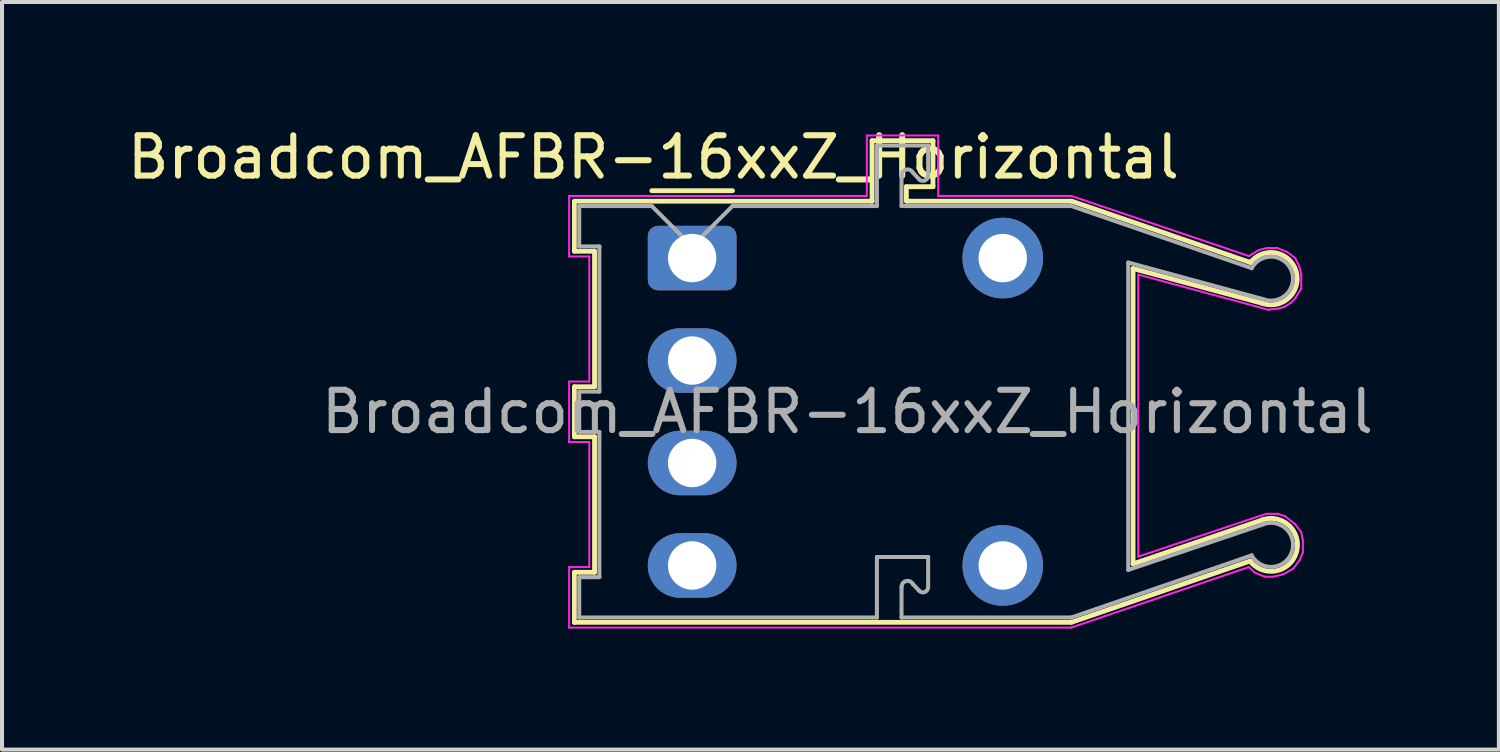
<source format=kicad_pcb>
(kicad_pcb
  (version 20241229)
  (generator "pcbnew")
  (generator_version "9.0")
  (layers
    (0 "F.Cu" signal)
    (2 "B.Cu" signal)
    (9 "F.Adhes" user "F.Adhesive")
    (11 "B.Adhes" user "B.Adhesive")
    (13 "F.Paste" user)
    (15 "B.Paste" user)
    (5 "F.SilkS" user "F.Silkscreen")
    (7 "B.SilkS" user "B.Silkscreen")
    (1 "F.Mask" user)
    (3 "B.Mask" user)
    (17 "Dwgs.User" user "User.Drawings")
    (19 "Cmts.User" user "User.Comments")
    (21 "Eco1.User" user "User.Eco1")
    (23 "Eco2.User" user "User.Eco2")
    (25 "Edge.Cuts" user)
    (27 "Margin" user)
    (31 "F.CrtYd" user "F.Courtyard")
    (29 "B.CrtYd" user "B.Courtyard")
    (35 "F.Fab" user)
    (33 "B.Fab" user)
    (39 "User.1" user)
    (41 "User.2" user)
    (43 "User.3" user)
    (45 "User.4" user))
  (footprint "Broadcom_AFBR-16xxZ_Horizontal"
    (layer "F.Cu")
    (at 14.109 3.348)
    (property "Reference" "Broadcom_AFBR-16xxZ_Horizontal" (at -0.96 -2.5 0) (layer "F.SilkS") (effects (font (size 1 1) (thickness 0.15))))
    (attr through_hole)
    (fp_line (start -2.92 -1.41) (end 4.46 -1.41) (stroke (width 0.12) (type solid)) (layer "F.SilkS"))
    (fp_line (start -2.92 -1.397) (end -2.92 -0.17) (stroke (width 0.12) (type solid)) (layer "F.SilkS"))
    (fp_line (start -2.92 -0.17) (end -2.42 -0.17) (stroke (width 0.12) (type solid)) (layer "F.SilkS"))
    (fp_line (start -2.92 3.19) (end -2.92 4.43) (stroke (width 0.12) (type solid)) (layer "F.SilkS"))
    (fp_line (start -2.92 4.43) (end -2.42 4.43) (stroke (width 0.12) (type solid)) (layer "F.SilkS"))
    (fp_line (start -2.92 7.79) (end -2.92 9.03) (stroke (width 0.12) (type solid)) (layer "F.SilkS"))
    (fp_line (start -2.92 9.03) (end 9.4 9.03) (stroke (width 0.12) (type solid)) (layer "F.SilkS"))
    (fp_line (start -2.42 -0.17) (end -2.42 3.19) (stroke (width 0.12) (type solid)) (layer "F.SilkS"))
    (fp_line (start -2.42 3.19) (end -2.92 3.19) (stroke (width 0.12) (type solid)) (layer "F.SilkS"))
    (fp_line (start -2.42 4.43) (end -2.42 7.79) (stroke (width 0.12) (type solid)) (layer "F.SilkS"))
    (fp_line (start -2.42 7.79) (end -2.92 7.79) (stroke (width 0.12) (type solid)) (layer "F.SilkS"))
    (fp_line (start -1 -1.67) (end 1 -1.67) (stroke (width 0.12) (type solid)) (layer "F.SilkS"))
    (fp_line (start 4.46 -2.91) (end 4.46 -1.41) (stroke (width 0.12) (type solid)) (layer "F.SilkS"))
    (fp_line (start 5.31 -1.77) (end 5.97 -1.77) (stroke (width 0.12) (type solid)) (layer "F.SilkS"))
    (fp_line (start 5.31 -1.41) (end 5.31 -1.77) (stroke (width 0.12) (type solid)) (layer "F.SilkS"))
    (fp_line (start 5.97 -2.91) (end 4.46 -2.91) (stroke (width 0.12) (type solid)) (layer "F.SilkS"))
    (fp_line (start 5.97 -1.77) (end 5.97 -2.91) (stroke (width 0.12) (type solid)) (layer "F.SilkS"))
    (fp_line (start 9.4 -1.41) (end 5.33 -1.41) (stroke (width 0.12) (type solid)) (layer "F.SilkS"))
    (fp_line (start 9.4 9.03) (end 13.83 7.51) (stroke (width 0.12) (type solid)) (layer "F.SilkS"))
    (fp_line (start 10.93 0.26) (end 14.13 1.12) (stroke (width 0.12) (type solid)) (layer "F.SilkS"))
    (fp_line (start 10.93 7.58) (end 10.93 0.26) (stroke (width 0.12) (type solid)) (layer "F.SilkS"))
    (fp_line (start 13.84 0.11) (end 9.41 -1.41) (stroke (width 0.12) (type solid)) (layer "F.SilkS"))
    (fp_line (start 14.14 6.49) (end 10.93 7.58) (stroke (width 0.12) (type solid)) (layer "F.SilkS"))
    (fp_arc (start 13.839757 0.10981) (mid 14.973245 0.330932) (end 14.13 1.12) (stroke (width 0.12) (type solid)) (layer "F.SilkS"))
    (fp_arc (start 14.131216 6.491507) (mid 14.979112 7.296058) (end 13.83 7.51) (stroke (width 0.12) (type solid)) (layer "F.SilkS"))
    (fp_line (start -3.05 -1.54) (end 4.33 -1.54) (stroke (width 0.05) (type solid)) (layer "F.CrtYd"))
    (fp_line (start -3.05 -0.04) (end -3.05 -1.54) (stroke (width 0.05) (type solid)) (layer "F.CrtYd"))
    (fp_line (start -3.05 3.06) (end -2.55 3.06) (stroke (width 0.05) (type solid)) (layer "F.CrtYd"))
    (fp_line (start -3.05 4.56) (end -3.05 3.06) (stroke (width 0.05) (type solid)) (layer "F.CrtYd"))
    (fp_line (start -3.05 7.66) (end -2.55 7.66) (stroke (width 0.05) (type solid)) (layer "F.CrtYd"))
    (fp_line (start -3.05 9.16) (end -3.05 7.66) (stroke (width 0.05) (type solid)) (layer "F.CrtYd"))
    (fp_line (start -2.55 -0.04) (end -3.05 -0.04) (stroke (width 0.05) (type solid)) (layer "F.CrtYd"))
    (fp_line (start -2.55 3.06) (end -2.55 -0.04) (stroke (width 0.05) (type solid)) (layer "F.CrtYd"))
    (fp_line (start -2.55 4.56) (end -3.05 4.56) (stroke (width 0.05) (type solid)) (layer "F.CrtYd"))
    (fp_line (start -2.55 7.66) (end -2.55 4.56) (stroke (width 0.05) (type solid)) (layer "F.CrtYd"))
    (fp_line (start 4.33 -3.04) (end 6.1 -3.04) (stroke (width 0.05) (type solid)) (layer "F.CrtYd"))
    (fp_line (start 4.33 -1.54) (end 4.33 -3.04) (stroke (width 0.05) (type solid)) (layer "F.CrtYd"))
    (fp_line (start 6.1 -3.04) (end 6.1 -1.54) (stroke (width 0.05) (type solid)) (layer "F.CrtYd"))
    (fp_line (start 6.1 -1.54) (end 9.4 -1.54) (stroke (width 0.05) (type solid)) (layer "F.CrtYd"))
    (fp_line (start 9.4 -1.54) (end 13.8 -0.05) (stroke (width 0.05) (type solid)) (layer "F.CrtYd"))
    (fp_line (start 9.4 9.16) (end -3.05 9.16) (stroke (width 0.05) (type solid)) (layer "F.CrtYd"))
    (fp_line (start 11.06 0.41) (end 11.06 7.4) (stroke (width 0.05) (type solid)) (layer "F.CrtYd"))
    (fp_line (start 11.06 7.4) (end 13.99 6.42) (stroke (width 0.05) (type solid)) (layer "F.CrtYd"))
    (fp_line (start 13.8 -0.05) (end 14.05 -0.2) (stroke (width 0.05) (type solid)) (layer "F.CrtYd"))
    (fp_line (start 13.8 7.66) (end 9.4 9.16) (stroke (width 0.05) (type solid)) (layer "F.CrtYd"))
    (fp_line (start 13.95 7.8) (end 13.8 7.66) (stroke (width 0.05) (type solid)) (layer "F.CrtYd"))
    (fp_line (start 13.99 6.42) (end 14.24 6.34) (stroke (width 0.05) (type solid)) (layer "F.CrtYd"))
    (fp_line (start 14.05 -0.2) (end 14.25 -0.25) (stroke (width 0.05) (type solid)) (layer "F.CrtYd"))
    (fp_line (start 14.2 7.9) (end 13.95 7.8) (stroke (width 0.05) (type solid)) (layer "F.CrtYd"))
    (fp_line (start 14.24 6.34) (end 14.52 6.34) (stroke (width 0.05) (type solid)) (layer "F.CrtYd"))
    (fp_line (start 14.25 -0.25) (end 14.5 -0.25) (stroke (width 0.05) (type solid)) (layer "F.CrtYd"))
    (fp_line (start 14.28 1.28) (end 11.06 0.41) (stroke (width 0.05) (type solid)) (layer "F.CrtYd"))
    (fp_line (start 14.4 7.9) (end 14.2 7.9) (stroke (width 0.05) (type solid)) (layer "F.CrtYd"))
    (fp_line (start 14.5 -0.25) (end 14.75 -0.15) (stroke (width 0.05) (type solid)) (layer "F.CrtYd"))
    (fp_line (start 14.52 6.34) (end 14.7 6.4) (stroke (width 0.05) (type solid)) (layer "F.CrtYd"))
    (fp_line (start 14.55 1.25) (end 14.28 1.28) (stroke (width 0.05) (type solid)) (layer "F.CrtYd"))
    (fp_line (start 14.65 7.84) (end 14.4 7.9) (stroke (width 0.05) (type solid)) (layer "F.CrtYd"))
    (fp_line (start 14.7 1.2) (end 14.55 1.25) (stroke (width 0.05) (type solid)) (layer "F.CrtYd"))
    (fp_line (start 14.7 6.4) (end 14.95 6.6) (stroke (width 0.05) (type solid)) (layer "F.CrtYd"))
    (fp_line (start 14.75 -0.15) (end 14.95 0) (stroke (width 0.05) (type solid)) (layer "F.CrtYd"))
    (fp_line (start 14.85 1.1) (end 14.7 1.2) (stroke (width 0.05) (type solid)) (layer "F.CrtYd"))
    (fp_line (start 14.9 7.7) (end 14.65 7.84) (stroke (width 0.05) (type solid)) (layer "F.CrtYd"))
    (fp_line (start 14.95 0) (end 15.05 0.2) (stroke (width 0.05) (type solid)) (layer "F.CrtYd"))
    (fp_line (start 14.95 1) (end 14.85 1.1) (stroke (width 0.05) (type solid)) (layer "F.CrtYd"))
    (fp_line (start 14.95 6.6) (end 15.1 6.8) (stroke (width 0.05) (type solid)) (layer "F.CrtYd"))
    (fp_line (start 15.05 0.2) (end 15.1 0.4) (stroke (width 0.05) (type solid)) (layer "F.CrtYd"))
    (fp_line (start 15.05 7.5) (end 14.9 7.7) (stroke (width 0.05) (type solid)) (layer "F.CrtYd"))
    (fp_line (start 15.1 0.4) (end 15.1 0.75) (stroke (width 0.05) (type solid)) (layer "F.CrtYd"))
    (fp_line (start 15.1 0.75) (end 14.95 1) (stroke (width 0.05) (type solid)) (layer "F.CrtYd"))
    (fp_line (start 15.1 6.8) (end 15.14 7) (stroke (width 0.05) (type solid)) (layer "F.CrtYd"))
    (fp_line (start 15.14 7) (end 15.14 7.3) (stroke (width 0.05) (type solid)) (layer "F.CrtYd"))
    (fp_line (start 15.14 7.3) (end 15.05 7.5) (stroke (width 0.05) (type solid)) (layer "F.CrtYd"))
    (fp_line (start -2.8 -1.29) (end -2.8 -0.29) (stroke (width 0.1) (type solid)) (layer "F.Fab"))
    (fp_line (start -2.8 -1.29) (end -1 -1.29) (stroke (width 0.1) (type solid)) (layer "F.Fab"))
    (fp_line (start -2.8 -0.29) (end -2.3 -0.29) (stroke (width 0.1) (type solid)) (layer "F.Fab"))
    (fp_line (start -2.8 3.31) (end -2.8 4.31) (stroke (width 0.1) (type solid)) (layer "F.Fab"))
    (fp_line (start -2.8 7.91) (end -2.3 7.91) (stroke (width 0.1) (type solid)) (layer "F.Fab"))
    (fp_line (start -2.8 8.91) (end -2.8 7.91) (stroke (width 0.1) (type solid)) (layer "F.Fab"))
    (fp_line (start -2.3 3.31) (end -2.8 3.31) (stroke (width 0.1) (type solid)) (layer "F.Fab"))
    (fp_line (start -2.3 3.31) (end -2.3 -0.29) (stroke (width 0.1) (type solid)) (layer "F.Fab"))
    (fp_line (start -2.3 4.31) (end -2.8 4.31) (stroke (width 0.1) (type solid)) (layer "F.Fab"))
    (fp_line (start -2.3 7.9) (end -2.3 4.31) (stroke (width 0.1) (type solid)) (layer "F.Fab"))
    (fp_line (start -1 -1.29) (end 0 -0.29) (stroke (width 0.1) (type solid)) (layer "F.Fab"))
    (fp_line (start 0 -0.29) (end 1 -1.29) (stroke (width 0.1) (type solid)) (layer "F.Fab"))
    (fp_line (start 1 -1.29) (end 4.58 -1.29) (stroke (width 0.1) (type solid)) (layer "F.Fab"))
    (fp_line (start 4.58 -2.79) (end 5.85 -2.79) (stroke (width 0.1) (type solid)) (layer "F.Fab"))
    (fp_line (start 4.58 -1.29) (end 4.58 -2.79) (stroke (width 0.1) (type solid)) (layer "F.Fab"))
    (fp_line (start 4.58 7.41) (end 5.85 7.41) (stroke (width 0.1) (type solid)) (layer "F.Fab"))
    (fp_line (start 4.58 8.91) (end -2.8 8.91) (stroke (width 0.1) (type solid)) (layer "F.Fab"))
    (fp_line (start 4.58 8.91) (end 4.58 7.41) (stroke (width 0.1) (type solid)) (layer "F.Fab"))
    (fp_line (start 5.19 -2.05) (end 5.19 -1.29) (stroke (width 0.1) (type solid)) (layer "F.Fab"))
    (fp_line (start 5.19 -1.29) (end 9.4 -1.29) (stroke (width 0.1) (type solid)) (layer "F.Fab"))
    (fp_line (start 5.19 8.15) (end 5.19 8.91) (stroke (width 0.1) (type solid)) (layer "F.Fab"))
    (fp_line (start 5.63 -1.95) (end 5.47 -2.12) (stroke (width 0.1) (type solid)) (layer "F.Fab"))
    (fp_line (start 5.63 8.25) (end 5.47 8.08) (stroke (width 0.1) (type solid)) (layer "F.Fab"))
    (fp_line (start 5.85 -2.79) (end 5.85 -2.04) (stroke (width 0.1) (type solid)) (layer "F.Fab"))
    (fp_line (start 5.85 7.41) (end 5.85 8.16) (stroke (width 0.1) (type solid)) (layer "F.Fab"))
    (fp_line (start 9.4 -1.29) (end 13.87 0.25) (stroke (width 0.1) (type solid)) (layer "F.Fab"))
    (fp_line (start 9.4 8.91) (end 5.19 8.91) (stroke (width 0.1) (type solid)) (layer "F.Fab"))
    (fp_line (start 9.4 8.91) (end 13.87 7.37) (stroke (width 0.1) (type solid)) (layer "F.Fab"))
    (fp_line (start 10.81 0.11) (end 10.81 7.73) (stroke (width 0.1) (type solid)) (layer "F.Fab"))
    (fp_line (start 10.81 0.11) (end 14.16 1.02) (stroke (width 0.1) (type solid)) (layer "F.Fab"))
    (fp_line (start 14.16 6.6) (end 10.81 7.73) (stroke (width 0.1) (type solid)) (layer "F.Fab"))
    (fp_arc (start 5.192417 -2.045618) (mid 5.301784 -2.192617) (end 5.47 -2.12) (stroke (width 0.1) (type solid)) (layer "F.Fab"))
    (fp_arc (start 5.192417 8.154382) (mid 5.301784 8.007383) (end 5.47 8.08) (stroke (width 0.1) (type solid)) (layer "F.Fab"))
    (fp_arc (start 5.847279 -2.04) (mid 5.768708 -1.92241) (end 5.63 -1.95) (stroke (width 0.1) (type solid)) (layer "F.Fab"))
    (fp_arc (start 5.847279 8.16) (mid 5.768708 8.27759) (end 5.63 8.25) (stroke (width 0.1) (type solid)) (layer "F.Fab"))
    (fp_arc (start 13.87094 0.25146) (mid 14.859247 0.317622) (end 14.161539 1.020709) (stroke (width 0.1) (type solid)) (layer "F.Fab"))
    (fp_arc (start 14.162014 6.597495) (mid 14.860629 7.303023) (end 13.87 7.37) (stroke (width 0.1) (type solid)) (layer "F.Fab"))
    (fp_text user "${REFERENCE}" (at 3.85 3.81 0) (layer "F.Fab") (effects (font (size 1 1) (thickness 0.15))))
    (pad "1" thru_hole roundrect (at 0 0 180) (size 2.2 1.6) (drill 1.2) (layers "*.Cu" "*.Mask") (roundrect_rratio 0.156))
    (pad "2" thru_hole oval (at 0 2.54 180) (size 2.2 1.6) (drill 1.2) (layers "*.Cu" "*.Mask"))
    (pad "3" thru_hole oval (at 0 5.08 180) (size 2.2 1.6) (drill 1.2) (layers "*.Cu" "*.Mask"))
    (pad "4" thru_hole oval (at 0 7.62 180) (size 2.2 1.6) (drill 1.2) (layers "*.Cu" "*.Mask"))
    (pad "5" thru_hole circle (at 7.7 7.62 180) (size 2 2) (drill 1.2) (layers "*.Cu" "*.Mask"))
    (pad "8" thru_hole circle (at 7.7 0 180) (size 2 2) (drill 1.2) (layers "*.Cu" "*.Mask")))
  (gr_rect
    (start -3 -3)
    (end 34.108 15.533)
    (stroke (width 0.1) (type default))
    (fill no)
    (layer "Edge.Cuts")))
</source>
